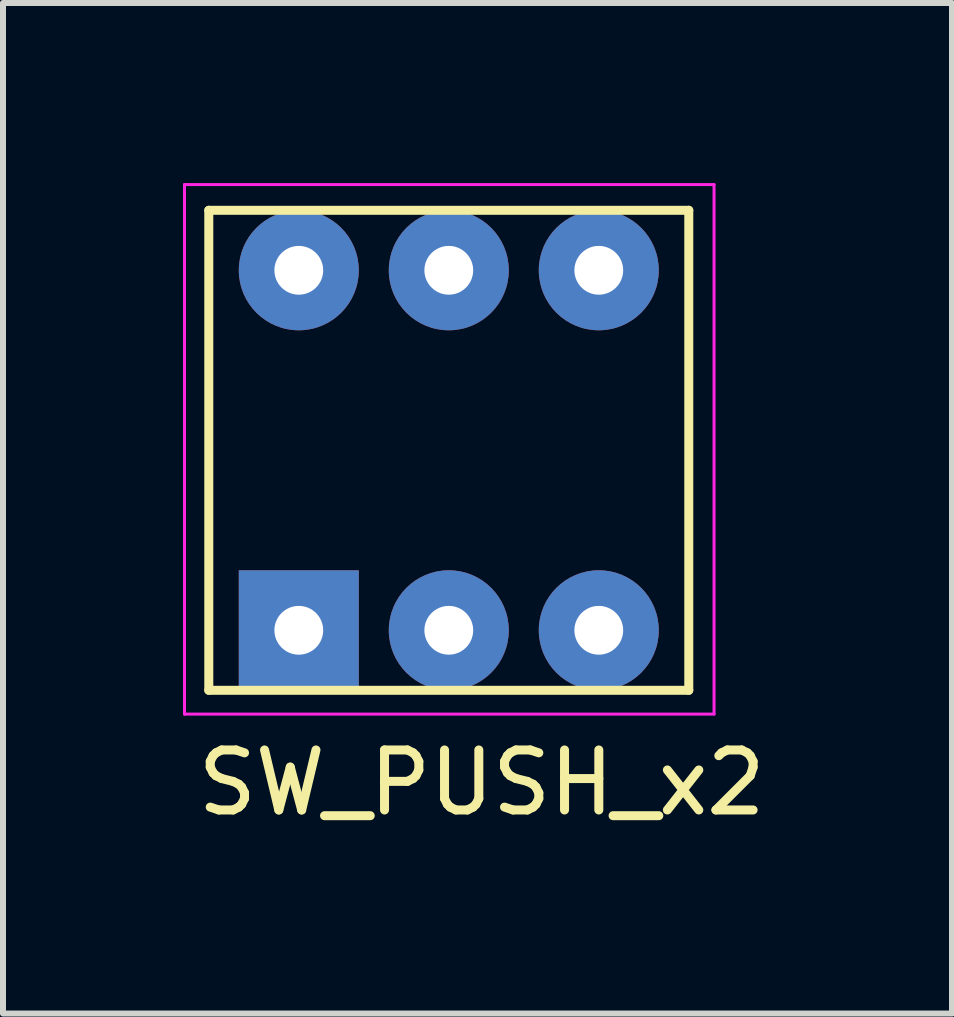
<source format=kicad_pcb>
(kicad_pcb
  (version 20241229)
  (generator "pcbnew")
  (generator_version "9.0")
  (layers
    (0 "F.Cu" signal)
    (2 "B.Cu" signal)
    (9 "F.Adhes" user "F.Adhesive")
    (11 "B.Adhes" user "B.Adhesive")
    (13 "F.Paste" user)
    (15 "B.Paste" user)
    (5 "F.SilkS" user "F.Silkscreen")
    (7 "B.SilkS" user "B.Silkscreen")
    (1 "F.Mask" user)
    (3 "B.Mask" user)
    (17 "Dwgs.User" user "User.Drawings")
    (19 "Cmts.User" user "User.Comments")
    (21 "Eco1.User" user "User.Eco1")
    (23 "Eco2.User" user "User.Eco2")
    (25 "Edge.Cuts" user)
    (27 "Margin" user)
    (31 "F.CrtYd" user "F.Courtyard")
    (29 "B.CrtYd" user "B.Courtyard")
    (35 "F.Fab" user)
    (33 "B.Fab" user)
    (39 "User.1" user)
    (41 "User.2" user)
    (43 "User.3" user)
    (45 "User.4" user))
  (footprint "SW_PUSH_x2"
    (layer "F.Cu")
    (at 1.93 7.455)
    (property "Reference" "SW_PUSH_x2" (at 3.048 2.54 0) (layer "F.SilkS") (effects (font (size 1 1) (thickness 0.15))))
    (attr through_hole)
    (fp_line (start -1.5 -7) (end -1.5 1) (stroke (width 0.15) (type solid)) (layer "F.SilkS"))
    (fp_line (start -1.5 1) (end 6.5 1) (stroke (width 0.15) (type solid)) (layer "F.SilkS"))
    (fp_line (start 6.5 -7) (end -1.5 -7) (stroke (width 0.15) (type solid)) (layer "F.SilkS"))
    (fp_line (start 6.5 1) (end 6.5 -7) (stroke (width 0.15) (type solid)) (layer "F.SilkS"))
    (fp_line (start -1.905 -7.429) (end -1.905 1.397) (stroke (width 0.05) (type solid)) (layer "F.CrtYd"))
    (fp_line (start -1.905 -7.429) (end 6.921 -7.429) (stroke (width 0.05) (type solid)) (layer "F.CrtYd"))
    (fp_line (start -1.905 1.397) (end 6.921 1.397) (stroke (width 0.05) (type solid)) (layer "F.CrtYd"))
    (fp_line (start 6.921 -7.429) (end 6.921 1.397) (stroke (width 0.05) (type solid)) (layer "F.CrtYd"))
    (pad "1" thru_hole rect (at 0 0) (size 2 2) (drill 0.813) (layers "*.Mask" "B.Cu"))
    (pad "2" thru_hole circle (at 2.5 0) (size 2 2) (drill 0.813) (layers "*.Mask" "B.Cu"))
    (pad "3" thru_hole circle (at 5 0) (size 2 2) (drill 0.813) (layers "*.Mask" "B.Cu"))
    (pad "4" thru_hole circle (at 5 -6) (size 2 2) (drill 0.813) (layers "*.Mask" "B.Cu"))
    (pad "5" thru_hole circle (at 2.5 -6) (size 2 2) (drill 0.813) (layers "*.Mask" "B.Cu"))
    (pad "6" thru_hole circle (at 0 -6) (size 2 2) (drill 0.813) (layers "*.Mask" "B.Cu")))
  (gr_rect
    (start -3 -3)
    (end 12.817 13.843)
    (stroke (width 0.1) (type default))
    (fill no)
    (layer "Edge.Cuts")))
</source>
